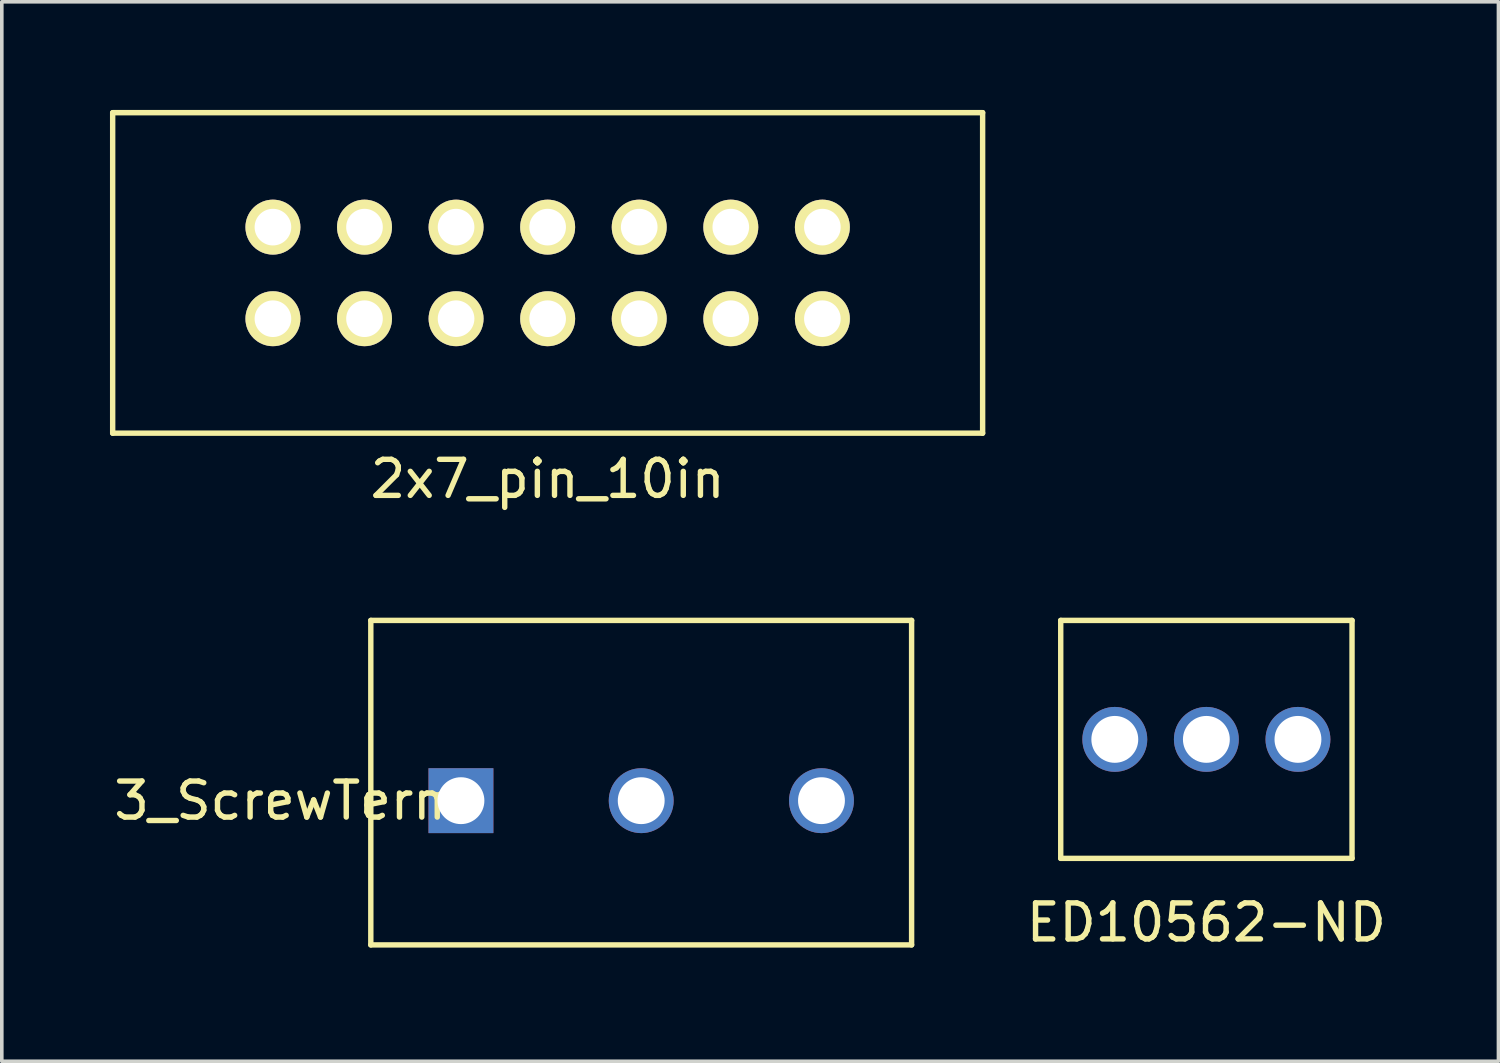
<source format=kicad_pcb>
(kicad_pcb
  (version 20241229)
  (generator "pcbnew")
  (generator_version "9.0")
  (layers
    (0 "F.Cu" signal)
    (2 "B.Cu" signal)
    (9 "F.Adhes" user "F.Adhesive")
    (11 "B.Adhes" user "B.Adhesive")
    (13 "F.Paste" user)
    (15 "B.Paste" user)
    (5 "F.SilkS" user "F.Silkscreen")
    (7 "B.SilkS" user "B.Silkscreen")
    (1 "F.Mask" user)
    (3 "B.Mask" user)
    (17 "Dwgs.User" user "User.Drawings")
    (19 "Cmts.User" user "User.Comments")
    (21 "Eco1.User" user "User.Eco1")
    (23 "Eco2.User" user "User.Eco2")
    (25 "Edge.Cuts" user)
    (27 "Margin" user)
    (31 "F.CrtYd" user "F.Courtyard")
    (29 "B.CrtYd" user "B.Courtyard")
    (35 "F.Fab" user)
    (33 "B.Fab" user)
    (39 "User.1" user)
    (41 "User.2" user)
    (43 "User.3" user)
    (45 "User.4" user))
  (footprint "ED10562-ND"
    (layer "F.Cu")
    (at 30.411 17.458)
    (property "Reference" "ED10562-ND" (at 0 5.08 0) (layer "F.SilkS") (effects (font (size 1 1) (thickness 0.15))))
    (attr through_hole)
    (fp_line (start -4.04 -3.3) (end -4.04 3.3) (stroke (width 0.15) (type solid)) (layer "F.SilkS"))
    (fp_line (start -4.04 -3.3) (end 4.04 -3.3) (stroke (width 0.15) (type solid)) (layer "F.SilkS"))
    (fp_line (start -4.04 3.3) (end 4.04 3.3) (stroke (width 0.15) (type solid)) (layer "F.SilkS"))
    (fp_line (start 4.04 -3.3) (end 4.04 3.3) (stroke (width 0.15) (type solid)) (layer "F.SilkS"))
    (pad "1" thru_hole circle (at -2.54 0) (size 1.8 1.8) (drill 1.3) (layers "*.Cu" "*.Mask"))
    (pad "2" thru_hole circle (at 0 0) (size 1.8 1.8) (drill 1.3) (layers "*.Cu" "*.Mask"))
    (pad "3" thru_hole circle (at 2.54 0) (size 1.8 1.8) (drill 1.3) (layers "*.Cu" "*.Mask")))
  (footprint "3_ScrewTerm"
    (layer "F.Cu")
    (at 14.735 19.158)
    (property "Reference" "3_ScrewTerm" (at -9.8 0 0) (layer "F.SilkS") (effects (font (size 1 1) (thickness 0.15))))
    (attr through_hole)
    (fp_line (start -7.5 -5) (end 7.5 -5) (stroke (width 0.15) (type solid)) (layer "F.SilkS"))
    (fp_line (start -7.5 4) (end -7.5 -5) (stroke (width 0.15) (type solid)) (layer "F.SilkS"))
    (fp_line (start 7.5 -5) (end 7.5 4) (stroke (width 0.15) (type solid)) (layer "F.SilkS"))
    (fp_line (start 7.5 4) (end -7.5 4) (stroke (width 0.15) (type solid)) (layer "F.SilkS"))
    (pad "1" thru_hole rect (at -5 0) (size 1.8 1.8) (drill 1.3) (layers "*.Cu" "*.Mask"))
    (pad "2" thru_hole circle (at 0 0) (size 1.8 1.8) (drill 1.3) (layers "*.Cu" "*.Mask"))
    (pad "3" thru_hole circle (at 5 0) (size 1.8 1.8) (drill 1.3) (layers "*.Cu" "*.Mask")))
  (footprint "2x7_pin_10in"
    (layer "F.Cu")
    (at 12.14 4.52)
    (property "Reference" "2x7_pin_10in" (at 0 5.715 0) (layer "F.SilkS") (effects (font (size 1 1) (thickness 0.15))))
    (attr through_hole)
    (fp_line (start -12.065 -4.445) (end -12.065 4.445) (stroke (width 0.15) (type solid)) (layer "F.SilkS"))
    (fp_line (start -12.065 4.445) (end 12.065 4.445) (stroke (width 0.15) (type solid)) (layer "F.SilkS"))
    (fp_line (start 12.065 -4.445) (end -12.065 -4.445) (stroke (width 0.15) (type solid)) (layer "F.SilkS"))
    (fp_line (start 12.065 4.445) (end 12.065 -4.445) (stroke (width 0.15) (type solid)) (layer "F.SilkS"))
    (pad "1" thru_hole circle (at -7.62 1.27) (size 1.524 1.524) (drill 1.016) (layers "*.Cu" "*.Mask" "F.SilkS"))
    (pad "2" thru_hole circle (at -7.62 -1.27) (size 1.524 1.524) (drill 1.016) (layers "*.Cu" "*.Mask" "F.SilkS"))
    (pad "3" thru_hole circle (at -5.08 1.27) (size 1.524 1.524) (drill 1.016) (layers "*.Cu" "*.Mask" "F.SilkS"))
    (pad "4" thru_hole circle (at -5.08 -1.27) (size 1.524 1.524) (drill 1.016) (layers "*.Cu" "*.Mask" "F.SilkS"))
    (pad "5" thru_hole circle (at -2.54 1.27) (size 1.524 1.524) (drill 1.016) (layers "*.Cu" "*.Mask" "F.SilkS"))
    (pad "6" thru_hole circle (at -2.54 -1.27) (size 1.524 1.524) (drill 1.016) (layers "*.Cu" "*.Mask" "F.SilkS"))
    (pad "7" thru_hole circle (at 0 1.27) (size 1.524 1.524) (drill 1.016) (layers "*.Cu" "*.Mask" "F.SilkS"))
    (pad "8" thru_hole circle (at 0 -1.27) (size 1.524 1.524) (drill 1.016) (layers "*.Cu" "*.Mask" "F.SilkS"))
    (pad "9" thru_hole circle (at 2.54 1.27) (size 1.524 1.524) (drill 1.016) (layers "*.Cu" "*.Mask" "F.SilkS"))
    (pad "10" thru_hole circle (at 2.54 -1.27) (size 1.524 1.524) (drill 1.016) (layers "*.Cu" "*.Mask" "F.SilkS"))
    (pad "11" thru_hole circle (at 5.08 1.27) (size 1.524 1.524) (drill 1.016) (layers "*.Cu" "*.Mask" "F.SilkS"))
    (pad "12" thru_hole circle (at 5.08 -1.27) (size 1.524 1.524) (drill 1.016) (layers "*.Cu" "*.Mask" "F.SilkS"))
    (pad "13" thru_hole circle (at 7.62 1.27) (size 1.524 1.524) (drill 1.016) (layers "*.Cu" "*.Mask" "F.SilkS"))
    (pad "14" thru_hole circle (at 7.62 -1.27) (size 1.524 1.524) (drill 1.016) (layers "*.Cu" "*.Mask" "F.SilkS")))
  (gr_rect
    (start -3 -3)
    (end 38.512 26.387)
    (stroke (width 0.1) (type default))
    (fill no)
    (layer "Edge.Cuts")))
</source>
